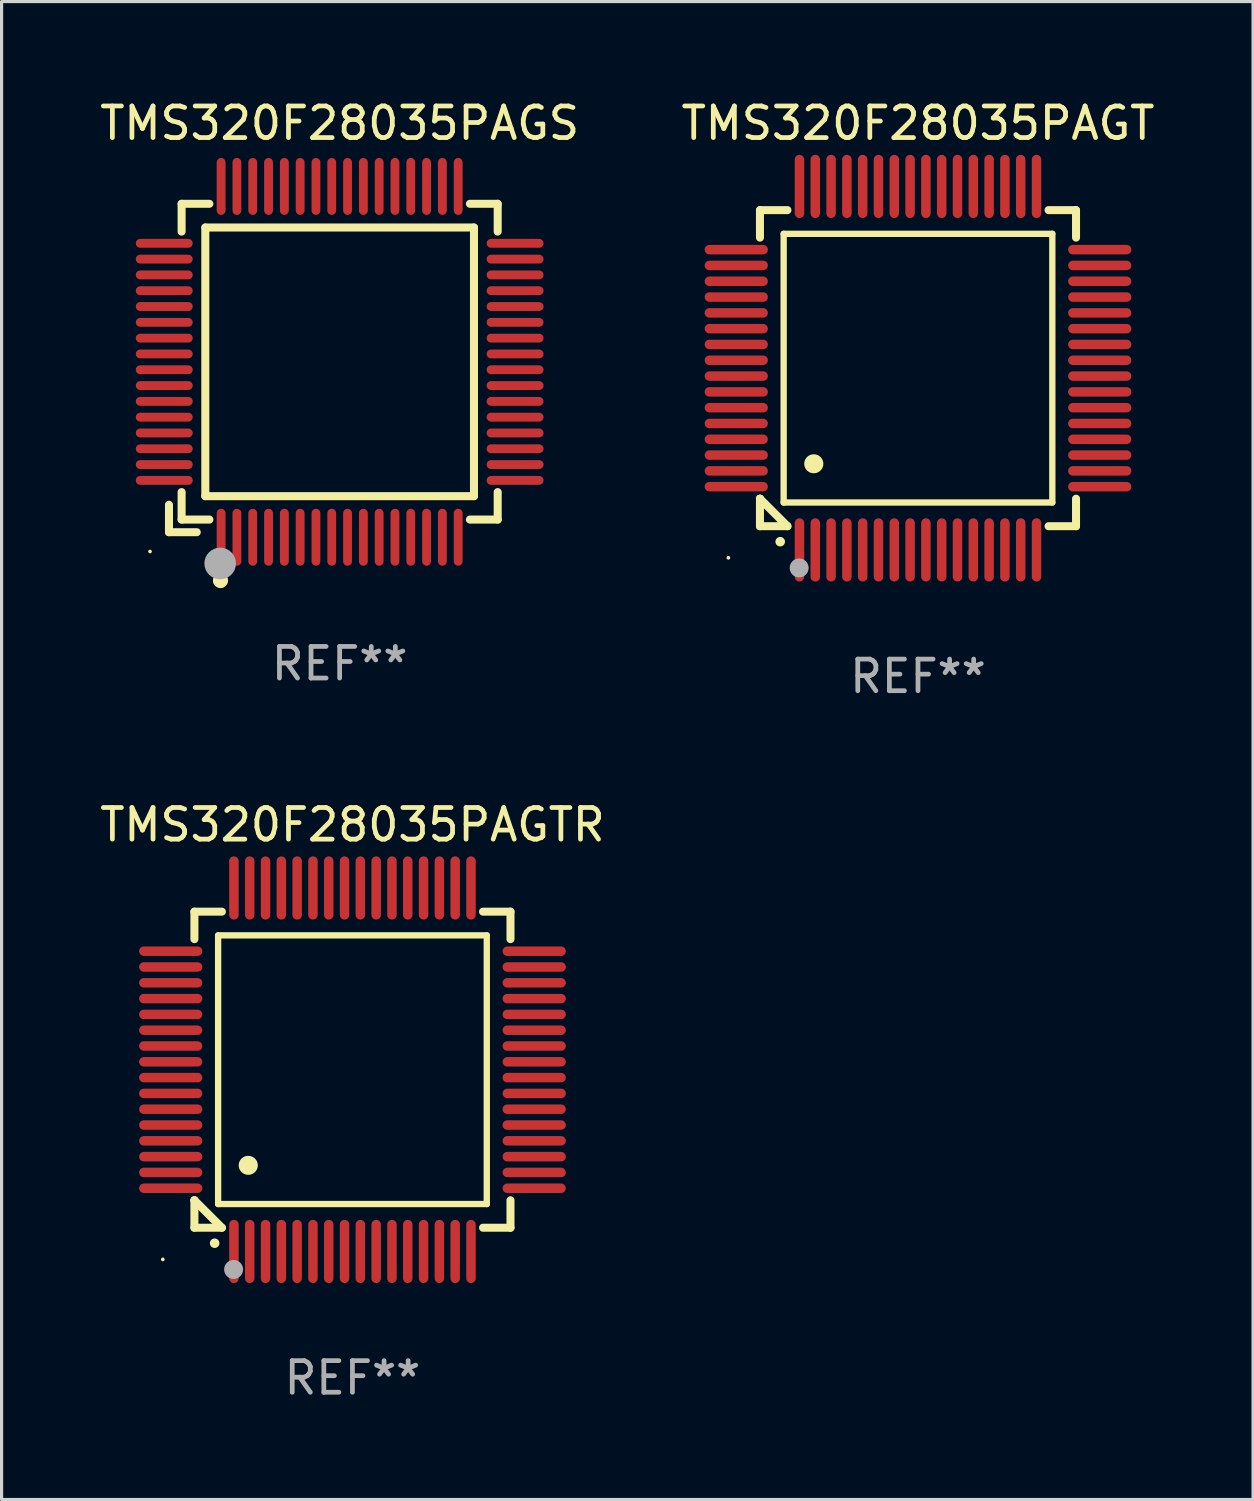
<source format=kicad_pcb>
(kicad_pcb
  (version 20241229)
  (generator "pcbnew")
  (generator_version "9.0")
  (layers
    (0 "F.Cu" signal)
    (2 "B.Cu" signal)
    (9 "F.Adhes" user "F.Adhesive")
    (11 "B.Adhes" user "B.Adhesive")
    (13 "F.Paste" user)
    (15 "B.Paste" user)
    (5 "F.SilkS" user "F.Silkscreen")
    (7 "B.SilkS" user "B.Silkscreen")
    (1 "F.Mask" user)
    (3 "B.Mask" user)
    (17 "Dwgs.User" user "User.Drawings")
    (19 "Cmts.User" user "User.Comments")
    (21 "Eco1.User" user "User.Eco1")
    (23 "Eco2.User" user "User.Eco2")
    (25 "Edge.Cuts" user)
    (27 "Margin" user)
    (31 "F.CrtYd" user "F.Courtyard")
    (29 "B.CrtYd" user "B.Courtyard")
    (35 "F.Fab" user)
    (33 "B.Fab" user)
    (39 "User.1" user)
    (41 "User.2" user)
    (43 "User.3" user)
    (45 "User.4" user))
  (footprint "TMS320F28035PAGS"
    (layer "F.Cu")
    (at 7.696 8.398)
    (property "Reference" "TMS320F28035PAGS" (at 0 -7.55 0) (layer "F.SilkS") (effects (font (size 1 1) (thickness 0.15))))
    (attr through_hole)
    (fp_line (start -5.4 4.521) (end -5.4 5.39) (stroke (width 0.254) (type solid)) (layer "F.SilkS"))
    (fp_line (start -5.4 5.39) (end -4.521 5.39) (stroke (width 0.254) (type solid)) (layer "F.SilkS"))
    (fp_line (start -5 -5) (end -5 -4.121) (stroke (width 0.254) (type solid)) (layer "F.SilkS"))
    (fp_line (start -5 4.121) (end -5 4.99) (stroke (width 0.254) (type solid)) (layer "F.SilkS"))
    (fp_line (start -5 4.99) (end -4.121 4.99) (stroke (width 0.254) (type solid)) (layer "F.SilkS"))
    (fp_line (start -4.25 -4.25) (end -4.25 4.25) (stroke (width 0.254) (type solid)) (layer "F.SilkS"))
    (fp_line (start -4.25 4.25) (end 4.25 4.25) (stroke (width 0.254) (type solid)) (layer "F.SilkS"))
    (fp_line (start -4.121 -5) (end -5 -5) (stroke (width 0.254) (type solid)) (layer "F.SilkS"))
    (fp_line (start 4.121 4.99) (end 5 4.99) (stroke (width 0.254) (type solid)) (layer "F.SilkS"))
    (fp_line (start 4.25 -4.25) (end -4.25 -4.25) (stroke (width 0.254) (type solid)) (layer "F.SilkS"))
    (fp_line (start 4.25 4.25) (end 4.25 -4.25) (stroke (width 0.254) (type solid)) (layer "F.SilkS"))
    (fp_line (start 5 -5) (end 4.121 -5) (stroke (width 0.254) (type solid)) (layer "F.SilkS"))
    (fp_line (start 5 -4.121) (end 5 -5) (stroke (width 0.254) (type solid)) (layer "F.SilkS"))
    (fp_line (start 5 4.99) (end 5 4.121) (stroke (width 0.254) (type solid)) (layer "F.SilkS"))
    (fp_circle (center -6 6) (end -5.97 6) (stroke (width 0.06) (type solid)) (fill no) (layer "F.SilkS"))
    (fp_circle (center -3.77 6.92) (end -3.65 6.92) (stroke (width 0.24) (type solid)) (fill no) (layer "F.SilkS"))
    (fp_circle (center -3.78 6.38) (end -3.53 6.38) (stroke (width 0.5) (type solid)) (fill no) (layer "F.Fab"))
    (fp_text user "REF**" (at 0 9.55 0) (layer "F.Fab") (effects (font (size 1 1) (thickness 0.15))))
    (pad "1" smd oval (at -3.75 5.55) (size 0.28 1.8) (layers "F.Cu" "F.Mask" "F.Paste"))
    (pad "2" smd oval (at -3.25 5.55) (size 0.28 1.8) (layers "F.Cu" "F.Mask" "F.Paste"))
    (pad "3" smd oval (at -2.75 5.55) (size 0.28 1.8) (layers "F.Cu" "F.Mask" "F.Paste"))
    (pad "4" smd oval (at -2.25 5.55) (size 0.28 1.8) (layers "F.Cu" "F.Mask" "F.Paste"))
    (pad "5" smd oval (at -1.75 5.55) (size 0.28 1.8) (layers "F.Cu" "F.Mask" "F.Paste"))
    (pad "6" smd oval (at -1.25 5.55) (size 0.28 1.8) (layers "F.Cu" "F.Mask" "F.Paste"))
    (pad "7" smd oval (at -0.75 5.55) (size 0.28 1.8) (layers "F.Cu" "F.Mask" "F.Paste"))
    (pad "8" smd oval (at -0.25 5.55) (size 0.28 1.8) (layers "F.Cu" "F.Mask" "F.Paste"))
    (pad "9" smd oval (at 0.25 5.55) (size 0.28 1.8) (layers "F.Cu" "F.Mask" "F.Paste"))
    (pad "10" smd oval (at 0.75 5.55) (size 0.28 1.8) (layers "F.Cu" "F.Mask" "F.Paste"))
    (pad "11" smd oval (at 1.25 5.55) (size 0.28 1.8) (layers "F.Cu" "F.Mask" "F.Paste"))
    (pad "12" smd oval (at 1.75 5.55) (size 0.28 1.8) (layers "F.Cu" "F.Mask" "F.Paste"))
    (pad "13" smd oval (at 2.25 5.55) (size 0.28 1.8) (layers "F.Cu" "F.Mask" "F.Paste"))
    (pad "14" smd oval (at 2.75 5.55) (size 0.28 1.8) (layers "F.Cu" "F.Mask" "F.Paste"))
    (pad "15" smd oval (at 3.25 5.55) (size 0.28 1.8) (layers "F.Cu" "F.Mask" "F.Paste"))
    (pad "16" smd oval (at 3.75 5.55) (size 0.28 1.8) (layers "F.Cu" "F.Mask" "F.Paste"))
    (pad "17" smd oval (at 5.55 3.75) (size 1.8 0.28) (layers "F.Cu" "F.Mask" "F.Paste"))
    (pad "18" smd oval (at 5.55 3.25) (size 1.8 0.28) (layers "F.Cu" "F.Mask" "F.Paste"))
    (pad "19" smd oval (at 5.55 2.75) (size 1.8 0.28) (layers "F.Cu" "F.Mask" "F.Paste"))
    (pad "20" smd oval (at 5.55 2.25) (size 1.8 0.28) (layers "F.Cu" "F.Mask" "F.Paste"))
    (pad "21" smd oval (at 5.55 1.75) (size 1.8 0.28) (layers "F.Cu" "F.Mask" "F.Paste"))
    (pad "22" smd oval (at 5.55 1.25) (size 1.8 0.28) (layers "F.Cu" "F.Mask" "F.Paste"))
    (pad "23" smd oval (at 5.55 0.75) (size 1.8 0.28) (layers "F.Cu" "F.Mask" "F.Paste"))
    (pad "24" smd oval (at 5.55 0.25) (size 1.8 0.28) (layers "F.Cu" "F.Mask" "F.Paste"))
    (pad "25" smd oval (at 5.55 -0.25) (size 1.8 0.28) (layers "F.Cu" "F.Mask" "F.Paste"))
    (pad "26" smd oval (at 5.55 -0.75) (size 1.8 0.28) (layers "F.Cu" "F.Mask" "F.Paste"))
    (pad "27" smd oval (at 5.55 -1.25) (size 1.8 0.28) (layers "F.Cu" "F.Mask" "F.Paste"))
    (pad "28" smd oval (at 5.55 -1.75) (size 1.8 0.28) (layers "F.Cu" "F.Mask" "F.Paste"))
    (pad "29" smd oval (at 5.55 -2.25) (size 1.8 0.28) (layers "F.Cu" "F.Mask" "F.Paste"))
    (pad "30" smd oval (at 5.55 -2.75) (size 1.8 0.28) (layers "F.Cu" "F.Mask" "F.Paste"))
    (pad "31" smd oval (at 5.55 -3.25) (size 1.8 0.28) (layers "F.Cu" "F.Mask" "F.Paste"))
    (pad "32" smd oval (at 5.55 -3.75) (size 1.8 0.28) (layers "F.Cu" "F.Mask" "F.Paste"))
    (pad "33" smd oval (at 3.75 -5.55) (size 0.28 1.8) (layers "F.Cu" "F.Mask" "F.Paste"))
    (pad "34" smd oval (at 3.25 -5.55) (size 0.28 1.8) (layers "F.Cu" "F.Mask" "F.Paste"))
    (pad "35" smd oval (at 2.75 -5.55) (size 0.28 1.8) (layers "F.Cu" "F.Mask" "F.Paste"))
    (pad "36" smd oval (at 2.25 -5.55) (size 0.28 1.8) (layers "F.Cu" "F.Mask" "F.Paste"))
    (pad "37" smd oval (at 1.75 -5.55) (size 0.28 1.8) (layers "F.Cu" "F.Mask" "F.Paste"))
    (pad "38" smd oval (at 1.25 -5.55) (size 0.28 1.8) (layers "F.Cu" "F.Mask" "F.Paste"))
    (pad "39" smd oval (at 0.75 -5.55) (size 0.28 1.8) (layers "F.Cu" "F.Mask" "F.Paste"))
    (pad "40" smd oval (at 0.25 -5.55) (size 0.28 1.8) (layers "F.Cu" "F.Mask" "F.Paste"))
    (pad "41" smd oval (at -0.25 -5.55) (size 0.28 1.8) (layers "F.Cu" "F.Mask" "F.Paste"))
    (pad "42" smd oval (at -0.75 -5.55) (size 0.28 1.8) (layers "F.Cu" "F.Mask" "F.Paste"))
    (pad "43" smd oval (at -1.25 -5.55) (size 0.28 1.8) (layers "F.Cu" "F.Mask" "F.Paste"))
    (pad "44" smd oval (at -1.75 -5.55) (size 0.28 1.8) (layers "F.Cu" "F.Mask" "F.Paste"))
    (pad "45" smd oval (at -2.25 -5.55) (size 0.28 1.8) (layers "F.Cu" "F.Mask" "F.Paste"))
    (pad "46" smd oval (at -2.75 -5.55) (size 0.28 1.8) (layers "F.Cu" "F.Mask" "F.Paste"))
    (pad "47" smd oval (at -3.25 -5.55) (size 0.28 1.8) (layers "F.Cu" "F.Mask" "F.Paste"))
    (pad "48" smd oval (at -3.75 -5.55) (size 0.28 1.8) (layers "F.Cu" "F.Mask" "F.Paste"))
    (pad "49" smd oval (at -5.55 -3.75) (size 1.8 0.28) (layers "F.Cu" "F.Mask" "F.Paste"))
    (pad "50" smd oval (at -5.55 -3.25) (size 1.8 0.28) (layers "F.Cu" "F.Mask" "F.Paste"))
    (pad "51" smd oval (at -5.55 -2.75) (size 1.8 0.28) (layers "F.Cu" "F.Mask" "F.Paste"))
    (pad "52" smd oval (at -5.55 -2.25) (size 1.8 0.28) (layers "F.Cu" "F.Mask" "F.Paste"))
    (pad "53" smd oval (at -5.55 -1.75) (size 1.8 0.28) (layers "F.Cu" "F.Mask" "F.Paste"))
    (pad "54" smd oval (at -5.55 -1.25) (size 1.8 0.28) (layers "F.Cu" "F.Mask" "F.Paste"))
    (pad "55" smd oval (at -5.55 -0.75) (size 1.8 0.28) (layers "F.Cu" "F.Mask" "F.Paste"))
    (pad "56" smd oval (at -5.55 -0.25) (size 1.8 0.28) (layers "F.Cu" "F.Mask" "F.Paste"))
    (pad "57" smd oval (at -5.55 0.25) (size 1.8 0.28) (layers "F.Cu" "F.Mask" "F.Paste"))
    (pad "58" smd oval (at -5.55 0.75) (size 1.8 0.28) (layers "F.Cu" "F.Mask" "F.Paste"))
    (pad "59" smd oval (at -5.55 1.25) (size 1.8 0.28) (layers "F.Cu" "F.Mask" "F.Paste"))
    (pad "60" smd oval (at -5.55 1.75) (size 1.8 0.28) (layers "F.Cu" "F.Mask" "F.Paste"))
    (pad "61" smd oval (at -5.55 2.25) (size 1.8 0.28) (layers "F.Cu" "F.Mask" "F.Paste"))
    (pad "62" smd oval (at -5.55 2.75) (size 1.8 0.28) (layers "F.Cu" "F.Mask" "F.Paste"))
    (pad "63" smd oval (at -5.55 3.25) (size 1.8 0.28) (layers "F.Cu" "F.Mask" "F.Paste"))
    (pad "64" smd oval (at -5.55 3.75) (size 1.8 0.28) (layers "F.Cu" "F.Mask" "F.Paste")))
  (footprint "TMS320F28035PAGT"
    (layer "F.Cu")
    (at 25.994 8.598)
    (property "Reference" "TMS320F28035PAGT" (at 0 -7.75 0) (layer "F.SilkS") (effects (font (size 1 1) (thickness 0.15))))
    (attr through_hole)
    (fp_line (start -5 -5) (end -4.131 -5) (stroke (width 0.254) (type solid)) (layer "F.SilkS"))
    (fp_line (start -5 -4.131) (end -5 -5) (stroke (width 0.254) (type solid)) (layer "F.SilkS"))
    (fp_line (start -5 4.131) (end -5 4.131) (stroke (width 0.254) (type solid)) (layer "F.SilkS"))
    (fp_line (start -5 5) (end -5 4.131) (stroke (width 0.254) (type solid)) (layer "F.SilkS"))
    (fp_line (start -5 4.131) (end -4.131 5) (stroke (width 0.254) (type solid)) (layer "F.SilkS"))
    (fp_line (start -4.25 -4.25) (end -4.25 4.25) (stroke (width 0.2) (type solid)) (layer "F.SilkS"))
    (fp_line (start -4.25 4.25) (end 4.25 4.25) (stroke (width 0.2) (type solid)) (layer "F.SilkS"))
    (fp_line (start -4.131 5) (end -5 5) (stroke (width 0.254) (type solid)) (layer "F.SilkS"))
    (fp_line (start 4.25 -4.25) (end -4.25 -4.25) (stroke (width 0.2) (type solid)) (layer "F.SilkS"))
    (fp_line (start 4.25 4.25) (end 4.25 -4.25) (stroke (width 0.2) (type solid)) (layer "F.SilkS"))
    (fp_line (start 5 -5) (end 4.131 -5) (stroke (width 0.254) (type solid)) (layer "F.SilkS"))
    (fp_line (start 5 -5) (end 5 -4.131) (stroke (width 0.254) (type solid)) (layer "F.SilkS"))
    (fp_line (start 5 4.131) (end 5 5) (stroke (width 0.254) (type solid)) (layer "F.SilkS"))
    (fp_line (start 5 5) (end 4.131 5) (stroke (width 0.254) (type solid)) (layer "F.SilkS"))
    (fp_arc (start -4.361265 5.489992) (mid -4.359995 5.489987) (end -4.358725 5.489992) (stroke (width 0.3) (type solid)) (layer "F.SilkS"))
    (fp_arc (start -3.299467 3.025146) (mid -3.296927 3.025135) (end -3.294387 3.025146) (stroke (width 0.6) (type solid)) (layer "F.SilkS"))
    (fp_circle (center -6 6) (end -5.97 6) (stroke (width 0.06) (type solid)) (fill no) (layer "F.SilkS"))
    (fp_circle (center -3.76 6.32) (end -3.61 6.32) (stroke (width 0.3) (type solid)) (fill no) (layer "F.Fab"))
    (fp_text user "REF**" (at 0 9.75 0) (layer "F.Fab") (effects (font (size 1 1) (thickness 0.15))))
    (pad "1" smd oval (at -3.75 5.75) (size 0.3 2) (layers "F.Cu" "F.Mask" "F.Paste"))
    (pad "2" smd oval (at -3.25 5.75) (size 0.3 2) (layers "F.Cu" "F.Mask" "F.Paste"))
    (pad "3" smd oval (at -2.75 5.75) (size 0.3 2) (layers "F.Cu" "F.Mask" "F.Paste"))
    (pad "4" smd oval (at -2.25 5.75) (size 0.3 2) (layers "F.Cu" "F.Mask" "F.Paste"))
    (pad "5" smd oval (at -1.75 5.75) (size 0.3 2) (layers "F.Cu" "F.Mask" "F.Paste"))
    (pad "6" smd oval (at -1.25 5.75) (size 0.3 2) (layers "F.Cu" "F.Mask" "F.Paste"))
    (pad "7" smd oval (at -0.75 5.75) (size 0.3 2) (layers "F.Cu" "F.Mask" "F.Paste"))
    (pad "8" smd oval (at -0.25 5.75) (size 0.3 2) (layers "F.Cu" "F.Mask" "F.Paste"))
    (pad "9" smd oval (at 0.25 5.75) (size 0.3 2) (layers "F.Cu" "F.Mask" "F.Paste"))
    (pad "10" smd oval (at 0.75 5.75) (size 0.3 2) (layers "F.Cu" "F.Mask" "F.Paste"))
    (pad "11" smd oval (at 1.25 5.75) (size 0.3 2) (layers "F.Cu" "F.Mask" "F.Paste"))
    (pad "12" smd oval (at 1.75 5.75) (size 0.3 2) (layers "F.Cu" "F.Mask" "F.Paste"))
    (pad "13" smd oval (at 2.25 5.75) (size 0.3 2) (layers "F.Cu" "F.Mask" "F.Paste"))
    (pad "14" smd oval (at 2.75 5.75) (size 0.3 2) (layers "F.Cu" "F.Mask" "F.Paste"))
    (pad "15" smd oval (at 3.25 5.75) (size 0.3 2) (layers "F.Cu" "F.Mask" "F.Paste"))
    (pad "16" smd oval (at 3.75 5.75) (size 0.3 2) (layers "F.Cu" "F.Mask" "F.Paste"))
    (pad "17" smd oval (at 5.75 3.75) (size 2 0.3) (layers "F.Cu" "F.Mask" "F.Paste"))
    (pad "18" smd oval (at 5.75 3.25) (size 2 0.3) (layers "F.Cu" "F.Mask" "F.Paste"))
    (pad "19" smd oval (at 5.75 2.75) (size 2 0.3) (layers "F.Cu" "F.Mask" "F.Paste"))
    (pad "20" smd oval (at 5.75 2.25) (size 2 0.3) (layers "F.Cu" "F.Mask" "F.Paste"))
    (pad "21" smd oval (at 5.75 1.75) (size 2 0.3) (layers "F.Cu" "F.Mask" "F.Paste"))
    (pad "22" smd oval (at 5.75 1.25) (size 2 0.3) (layers "F.Cu" "F.Mask" "F.Paste"))
    (pad "23" smd oval (at 5.75 0.75) (size 2 0.3) (layers "F.Cu" "F.Mask" "F.Paste"))
    (pad "24" smd oval (at 5.75 0.25) (size 2 0.3) (layers "F.Cu" "F.Mask" "F.Paste"))
    (pad "25" smd oval (at 5.75 -0.25) (size 2 0.3) (layers "F.Cu" "F.Mask" "F.Paste"))
    (pad "26" smd oval (at 5.75 -0.75) (size 2 0.3) (layers "F.Cu" "F.Mask" "F.Paste"))
    (pad "27" smd oval (at 5.75 -1.25) (size 2 0.3) (layers "F.Cu" "F.Mask" "F.Paste"))
    (pad "28" smd oval (at 5.75 -1.75) (size 2 0.3) (layers "F.Cu" "F.Mask" "F.Paste"))
    (pad "29" smd oval (at 5.75 -2.25) (size 2 0.3) (layers "F.Cu" "F.Mask" "F.Paste"))
    (pad "30" smd oval (at 5.75 -2.75) (size 2 0.3) (layers "F.Cu" "F.Mask" "F.Paste"))
    (pad "31" smd oval (at 5.75 -3.25) (size 2 0.3) (layers "F.Cu" "F.Mask" "F.Paste"))
    (pad "32" smd oval (at 5.75 -3.75) (size 2 0.3) (layers "F.Cu" "F.Mask" "F.Paste"))
    (pad "33" smd oval (at 3.75 -5.75) (size 0.3 2) (layers "F.Cu" "F.Mask" "F.Paste"))
    (pad "34" smd oval (at 3.25 -5.75) (size 0.3 2) (layers "F.Cu" "F.Mask" "F.Paste"))
    (pad "35" smd oval (at 2.75 -5.75) (size 0.3 2) (layers "F.Cu" "F.Mask" "F.Paste"))
    (pad "36" smd oval (at 2.25 -5.75) (size 0.3 2) (layers "F.Cu" "F.Mask" "F.Paste"))
    (pad "37" smd oval (at 1.75 -5.75) (size 0.3 2) (layers "F.Cu" "F.Mask" "F.Paste"))
    (pad "38" smd oval (at 1.25 -5.75) (size 0.3 2) (layers "F.Cu" "F.Mask" "F.Paste"))
    (pad "39" smd oval (at 0.75 -5.75) (size 0.3 2) (layers "F.Cu" "F.Mask" "F.Paste"))
    (pad "40" smd oval (at 0.25 -5.75) (size 0.3 2) (layers "F.Cu" "F.Mask" "F.Paste"))
    (pad "41" smd oval (at -0.25 -5.75) (size 0.3 2) (layers "F.Cu" "F.Mask" "F.Paste"))
    (pad "42" smd oval (at -0.75 -5.75) (size 0.3 2) (layers "F.Cu" "F.Mask" "F.Paste"))
    (pad "43" smd oval (at -1.25 -5.75) (size 0.3 2) (layers "F.Cu" "F.Mask" "F.Paste"))
    (pad "44" smd oval (at -1.75 -5.75) (size 0.3 2) (layers "F.Cu" "F.Mask" "F.Paste"))
    (pad "45" smd oval (at -2.25 -5.75) (size 0.3 2) (layers "F.Cu" "F.Mask" "F.Paste"))
    (pad "46" smd oval (at -2.75 -5.75) (size 0.3 2) (layers "F.Cu" "F.Mask" "F.Paste"))
    (pad "47" smd oval (at -3.25 -5.75) (size 0.3 2) (layers "F.Cu" "F.Mask" "F.Paste"))
    (pad "48" smd oval (at -3.75 -5.75) (size 0.3 2) (layers "F.Cu" "F.Mask" "F.Paste"))
    (pad "49" smd oval (at -5.75 -3.75) (size 2 0.3) (layers "F.Cu" "F.Mask" "F.Paste"))
    (pad "50" smd oval (at -5.75 -3.25) (size 2 0.3) (layers "F.Cu" "F.Mask" "F.Paste"))
    (pad "51" smd oval (at -5.75 -2.75) (size 2 0.3) (layers "F.Cu" "F.Mask" "F.Paste"))
    (pad "52" smd oval (at -5.75 -2.25) (size 2 0.3) (layers "F.Cu" "F.Mask" "F.Paste"))
    (pad "53" smd oval (at -5.75 -1.75) (size 2 0.3) (layers "F.Cu" "F.Mask" "F.Paste"))
    (pad "54" smd oval (at -5.75 -1.25) (size 2 0.3) (layers "F.Cu" "F.Mask" "F.Paste"))
    (pad "55" smd oval (at -5.75 -0.75) (size 2 0.3) (layers "F.Cu" "F.Mask" "F.Paste"))
    (pad "56" smd oval (at -5.75 -0.25) (size 2 0.3) (layers "F.Cu" "F.Mask" "F.Paste"))
    (pad "57" smd oval (at -5.75 0.25) (size 2 0.3) (layers "F.Cu" "F.Mask" "F.Paste"))
    (pad "58" smd oval (at -5.75 0.75) (size 2 0.3) (layers "F.Cu" "F.Mask" "F.Paste"))
    (pad "59" smd oval (at -5.75 1.25) (size 2 0.3) (layers "F.Cu" "F.Mask" "F.Paste"))
    (pad "60" smd oval (at -5.75 1.75) (size 2 0.3) (layers "F.Cu" "F.Mask" "F.Paste"))
    (pad "61" smd oval (at -5.75 2.25) (size 2 0.3) (layers "F.Cu" "F.Mask" "F.Paste"))
    (pad "62" smd oval (at -5.75 2.75) (size 2 0.3) (layers "F.Cu" "F.Mask" "F.Paste"))
    (pad "63" smd oval (at -5.75 3.25) (size 2 0.3) (layers "F.Cu" "F.Mask" "F.Paste"))
    (pad "64" smd oval (at -5.75 3.75) (size 2 0.3) (layers "F.Cu" "F.Mask" "F.Paste")))
  (footprint "TMS320F28035PAGTR"
    (layer "F.Cu")
    (at 8.101 30.794)
    (property "Reference" "TMS320F28035PAGTR" (at 0 -7.75 0) (layer "F.SilkS") (effects (font (size 1 1) (thickness 0.15))))
    (attr through_hole)
    (fp_line (start -5 -5) (end -4.131 -5) (stroke (width 0.254) (type solid)) (layer "F.SilkS"))
    (fp_line (start -5 -4.131) (end -5 -5) (stroke (width 0.254) (type solid)) (layer "F.SilkS"))
    (fp_line (start -5 4.131) (end -5 4.131) (stroke (width 0.254) (type solid)) (layer "F.SilkS"))
    (fp_line (start -5 5) (end -5 4.131) (stroke (width 0.254) (type solid)) (layer "F.SilkS"))
    (fp_line (start -5 4.131) (end -4.131 5) (stroke (width 0.254) (type solid)) (layer "F.SilkS"))
    (fp_line (start -4.25 -4.25) (end -4.25 4.25) (stroke (width 0.2) (type solid)) (layer "F.SilkS"))
    (fp_line (start -4.25 4.25) (end 4.25 4.25) (stroke (width 0.2) (type solid)) (layer "F.SilkS"))
    (fp_line (start -4.131 5) (end -5 5) (stroke (width 0.254) (type solid)) (layer "F.SilkS"))
    (fp_line (start 4.25 -4.25) (end -4.25 -4.25) (stroke (width 0.2) (type solid)) (layer "F.SilkS"))
    (fp_line (start 4.25 4.25) (end 4.25 -4.25) (stroke (width 0.2) (type solid)) (layer "F.SilkS"))
    (fp_line (start 5 -5) (end 4.131 -5) (stroke (width 0.254) (type solid)) (layer "F.SilkS"))
    (fp_line (start 5 -5) (end 5 -4.131) (stroke (width 0.254) (type solid)) (layer "F.SilkS"))
    (fp_line (start 5 4.131) (end 5 5) (stroke (width 0.254) (type solid)) (layer "F.SilkS"))
    (fp_line (start 5 5) (end 4.131 5) (stroke (width 0.254) (type solid)) (layer "F.SilkS"))
    (fp_arc (start -4.361265 5.489992) (mid -4.359995 5.489987) (end -4.358725 5.489992) (stroke (width 0.3) (type solid)) (layer "F.SilkS"))
    (fp_arc (start -3.299467 3.025146) (mid -3.296927 3.025135) (end -3.294387 3.025146) (stroke (width 0.6) (type solid)) (layer "F.SilkS"))
    (fp_circle (center -6 6) (end -5.97 6) (stroke (width 0.06) (type solid)) (fill no) (layer "F.SilkS"))
    (fp_circle (center -3.76 6.32) (end -3.61 6.32) (stroke (width 0.3) (type solid)) (fill no) (layer "F.Fab"))
    (fp_text user "REF**" (at 0 9.75 0) (layer "F.Fab") (effects (font (size 1 1) (thickness 0.15))))
    (pad "1" smd oval (at -3.75 5.75) (size 0.3 2) (layers "F.Cu" "F.Mask" "F.Paste"))
    (pad "2" smd oval (at -3.25 5.75) (size 0.3 2) (layers "F.Cu" "F.Mask" "F.Paste"))
    (pad "3" smd oval (at -2.75 5.75) (size 0.3 2) (layers "F.Cu" "F.Mask" "F.Paste"))
    (pad "4" smd oval (at -2.25 5.75) (size 0.3 2) (layers "F.Cu" "F.Mask" "F.Paste"))
    (pad "5" smd oval (at -1.75 5.75) (size 0.3 2) (layers "F.Cu" "F.Mask" "F.Paste"))
    (pad "6" smd oval (at -1.25 5.75) (size 0.3 2) (layers "F.Cu" "F.Mask" "F.Paste"))
    (pad "7" smd oval (at -0.75 5.75) (size 0.3 2) (layers "F.Cu" "F.Mask" "F.Paste"))
    (pad "8" smd oval (at -0.25 5.75) (size 0.3 2) (layers "F.Cu" "F.Mask" "F.Paste"))
    (pad "9" smd oval (at 0.25 5.75) (size 0.3 2) (layers "F.Cu" "F.Mask" "F.Paste"))
    (pad "10" smd oval (at 0.75 5.75) (size 0.3 2) (layers "F.Cu" "F.Mask" "F.Paste"))
    (pad "11" smd oval (at 1.25 5.75) (size 0.3 2) (layers "F.Cu" "F.Mask" "F.Paste"))
    (pad "12" smd oval (at 1.75 5.75) (size 0.3 2) (layers "F.Cu" "F.Mask" "F.Paste"))
    (pad "13" smd oval (at 2.25 5.75) (size 0.3 2) (layers "F.Cu" "F.Mask" "F.Paste"))
    (pad "14" smd oval (at 2.75 5.75) (size 0.3 2) (layers "F.Cu" "F.Mask" "F.Paste"))
    (pad "15" smd oval (at 3.25 5.75) (size 0.3 2) (layers "F.Cu" "F.Mask" "F.Paste"))
    (pad "16" smd oval (at 3.75 5.75) (size 0.3 2) (layers "F.Cu" "F.Mask" "F.Paste"))
    (pad "17" smd oval (at 5.75 3.75) (size 2 0.3) (layers "F.Cu" "F.Mask" "F.Paste"))
    (pad "18" smd oval (at 5.75 3.25) (size 2 0.3) (layers "F.Cu" "F.Mask" "F.Paste"))
    (pad "19" smd oval (at 5.75 2.75) (size 2 0.3) (layers "F.Cu" "F.Mask" "F.Paste"))
    (pad "20" smd oval (at 5.75 2.25) (size 2 0.3) (layers "F.Cu" "F.Mask" "F.Paste"))
    (pad "21" smd oval (at 5.75 1.75) (size 2 0.3) (layers "F.Cu" "F.Mask" "F.Paste"))
    (pad "22" smd oval (at 5.75 1.25) (size 2 0.3) (layers "F.Cu" "F.Mask" "F.Paste"))
    (pad "23" smd oval (at 5.75 0.75) (size 2 0.3) (layers "F.Cu" "F.Mask" "F.Paste"))
    (pad "24" smd oval (at 5.75 0.25) (size 2 0.3) (layers "F.Cu" "F.Mask" "F.Paste"))
    (pad "25" smd oval (at 5.75 -0.25) (size 2 0.3) (layers "F.Cu" "F.Mask" "F.Paste"))
    (pad "26" smd oval (at 5.75 -0.75) (size 2 0.3) (layers "F.Cu" "F.Mask" "F.Paste"))
    (pad "27" smd oval (at 5.75 -1.25) (size 2 0.3) (layers "F.Cu" "F.Mask" "F.Paste"))
    (pad "28" smd oval (at 5.75 -1.75) (size 2 0.3) (layers "F.Cu" "F.Mask" "F.Paste"))
    (pad "29" smd oval (at 5.75 -2.25) (size 2 0.3) (layers "F.Cu" "F.Mask" "F.Paste"))
    (pad "30" smd oval (at 5.75 -2.75) (size 2 0.3) (layers "F.Cu" "F.Mask" "F.Paste"))
    (pad "31" smd oval (at 5.75 -3.25) (size 2 0.3) (layers "F.Cu" "F.Mask" "F.Paste"))
    (pad "32" smd oval (at 5.75 -3.75) (size 2 0.3) (layers "F.Cu" "F.Mask" "F.Paste"))
    (pad "33" smd oval (at 3.75 -5.75) (size 0.3 2) (layers "F.Cu" "F.Mask" "F.Paste"))
    (pad "34" smd oval (at 3.25 -5.75) (size 0.3 2) (layers "F.Cu" "F.Mask" "F.Paste"))
    (pad "35" smd oval (at 2.75 -5.75) (size 0.3 2) (layers "F.Cu" "F.Mask" "F.Paste"))
    (pad "36" smd oval (at 2.25 -5.75) (size 0.3 2) (layers "F.Cu" "F.Mask" "F.Paste"))
    (pad "37" smd oval (at 1.75 -5.75) (size 0.3 2) (layers "F.Cu" "F.Mask" "F.Paste"))
    (pad "38" smd oval (at 1.25 -5.75) (size 0.3 2) (layers "F.Cu" "F.Mask" "F.Paste"))
    (pad "39" smd oval (at 0.75 -5.75) (size 0.3 2) (layers "F.Cu" "F.Mask" "F.Paste"))
    (pad "40" smd oval (at 0.25 -5.75) (size 0.3 2) (layers "F.Cu" "F.Mask" "F.Paste"))
    (pad "41" smd oval (at -0.25 -5.75) (size 0.3 2) (layers "F.Cu" "F.Mask" "F.Paste"))
    (pad "42" smd oval (at -0.75 -5.75) (size 0.3 2) (layers "F.Cu" "F.Mask" "F.Paste"))
    (pad "43" smd oval (at -1.25 -5.75) (size 0.3 2) (layers "F.Cu" "F.Mask" "F.Paste"))
    (pad "44" smd oval (at -1.75 -5.75) (size 0.3 2) (layers "F.Cu" "F.Mask" "F.Paste"))
    (pad "45" smd oval (at -2.25 -5.75) (size 0.3 2) (layers "F.Cu" "F.Mask" "F.Paste"))
    (pad "46" smd oval (at -2.75 -5.75) (size 0.3 2) (layers "F.Cu" "F.Mask" "F.Paste"))
    (pad "47" smd oval (at -3.25 -5.75) (size 0.3 2) (layers "F.Cu" "F.Mask" "F.Paste"))
    (pad "48" smd oval (at -3.75 -5.75) (size 0.3 2) (layers "F.Cu" "F.Mask" "F.Paste"))
    (pad "49" smd oval (at -5.75 -3.75) (size 2 0.3) (layers "F.Cu" "F.Mask" "F.Paste"))
    (pad "50" smd oval (at -5.75 -3.25) (size 2 0.3) (layers "F.Cu" "F.Mask" "F.Paste"))
    (pad "51" smd oval (at -5.75 -2.75) (size 2 0.3) (layers "F.Cu" "F.Mask" "F.Paste"))
    (pad "52" smd oval (at -5.75 -2.25) (size 2 0.3) (layers "F.Cu" "F.Mask" "F.Paste"))
    (pad "53" smd oval (at -5.75 -1.75) (size 2 0.3) (layers "F.Cu" "F.Mask" "F.Paste"))
    (pad "54" smd oval (at -5.75 -1.25) (size 2 0.3) (layers "F.Cu" "F.Mask" "F.Paste"))
    (pad "55" smd oval (at -5.75 -0.75) (size 2 0.3) (layers "F.Cu" "F.Mask" "F.Paste"))
    (pad "56" smd oval (at -5.75 -0.25) (size 2 0.3) (layers "F.Cu" "F.Mask" "F.Paste"))
    (pad "57" smd oval (at -5.75 0.25) (size 2 0.3) (layers "F.Cu" "F.Mask" "F.Paste"))
    (pad "58" smd oval (at -5.75 0.75) (size 2 0.3) (layers "F.Cu" "F.Mask" "F.Paste"))
    (pad "59" smd oval (at -5.75 1.25) (size 2 0.3) (layers "F.Cu" "F.Mask" "F.Paste"))
    (pad "60" smd oval (at -5.75 1.75) (size 2 0.3) (layers "F.Cu" "F.Mask" "F.Paste"))
    (pad "61" smd oval (at -5.75 2.25) (size 2 0.3) (layers "F.Cu" "F.Mask" "F.Paste"))
    (pad "62" smd oval (at -5.75 2.75) (size 2 0.3) (layers "F.Cu" "F.Mask" "F.Paste"))
    (pad "63" smd oval (at -5.75 3.25) (size 2 0.3) (layers "F.Cu" "F.Mask" "F.Paste"))
    (pad "64" smd oval (at -5.75 3.75) (size 2 0.3) (layers "F.Cu" "F.Mask" "F.Paste")))
  (gr_rect
    (start -3 -3)
    (end 36.595 44.392)
    (stroke (width 0.1) (type default))
    (fill no)
    (layer "Edge.Cuts")))
</source>
